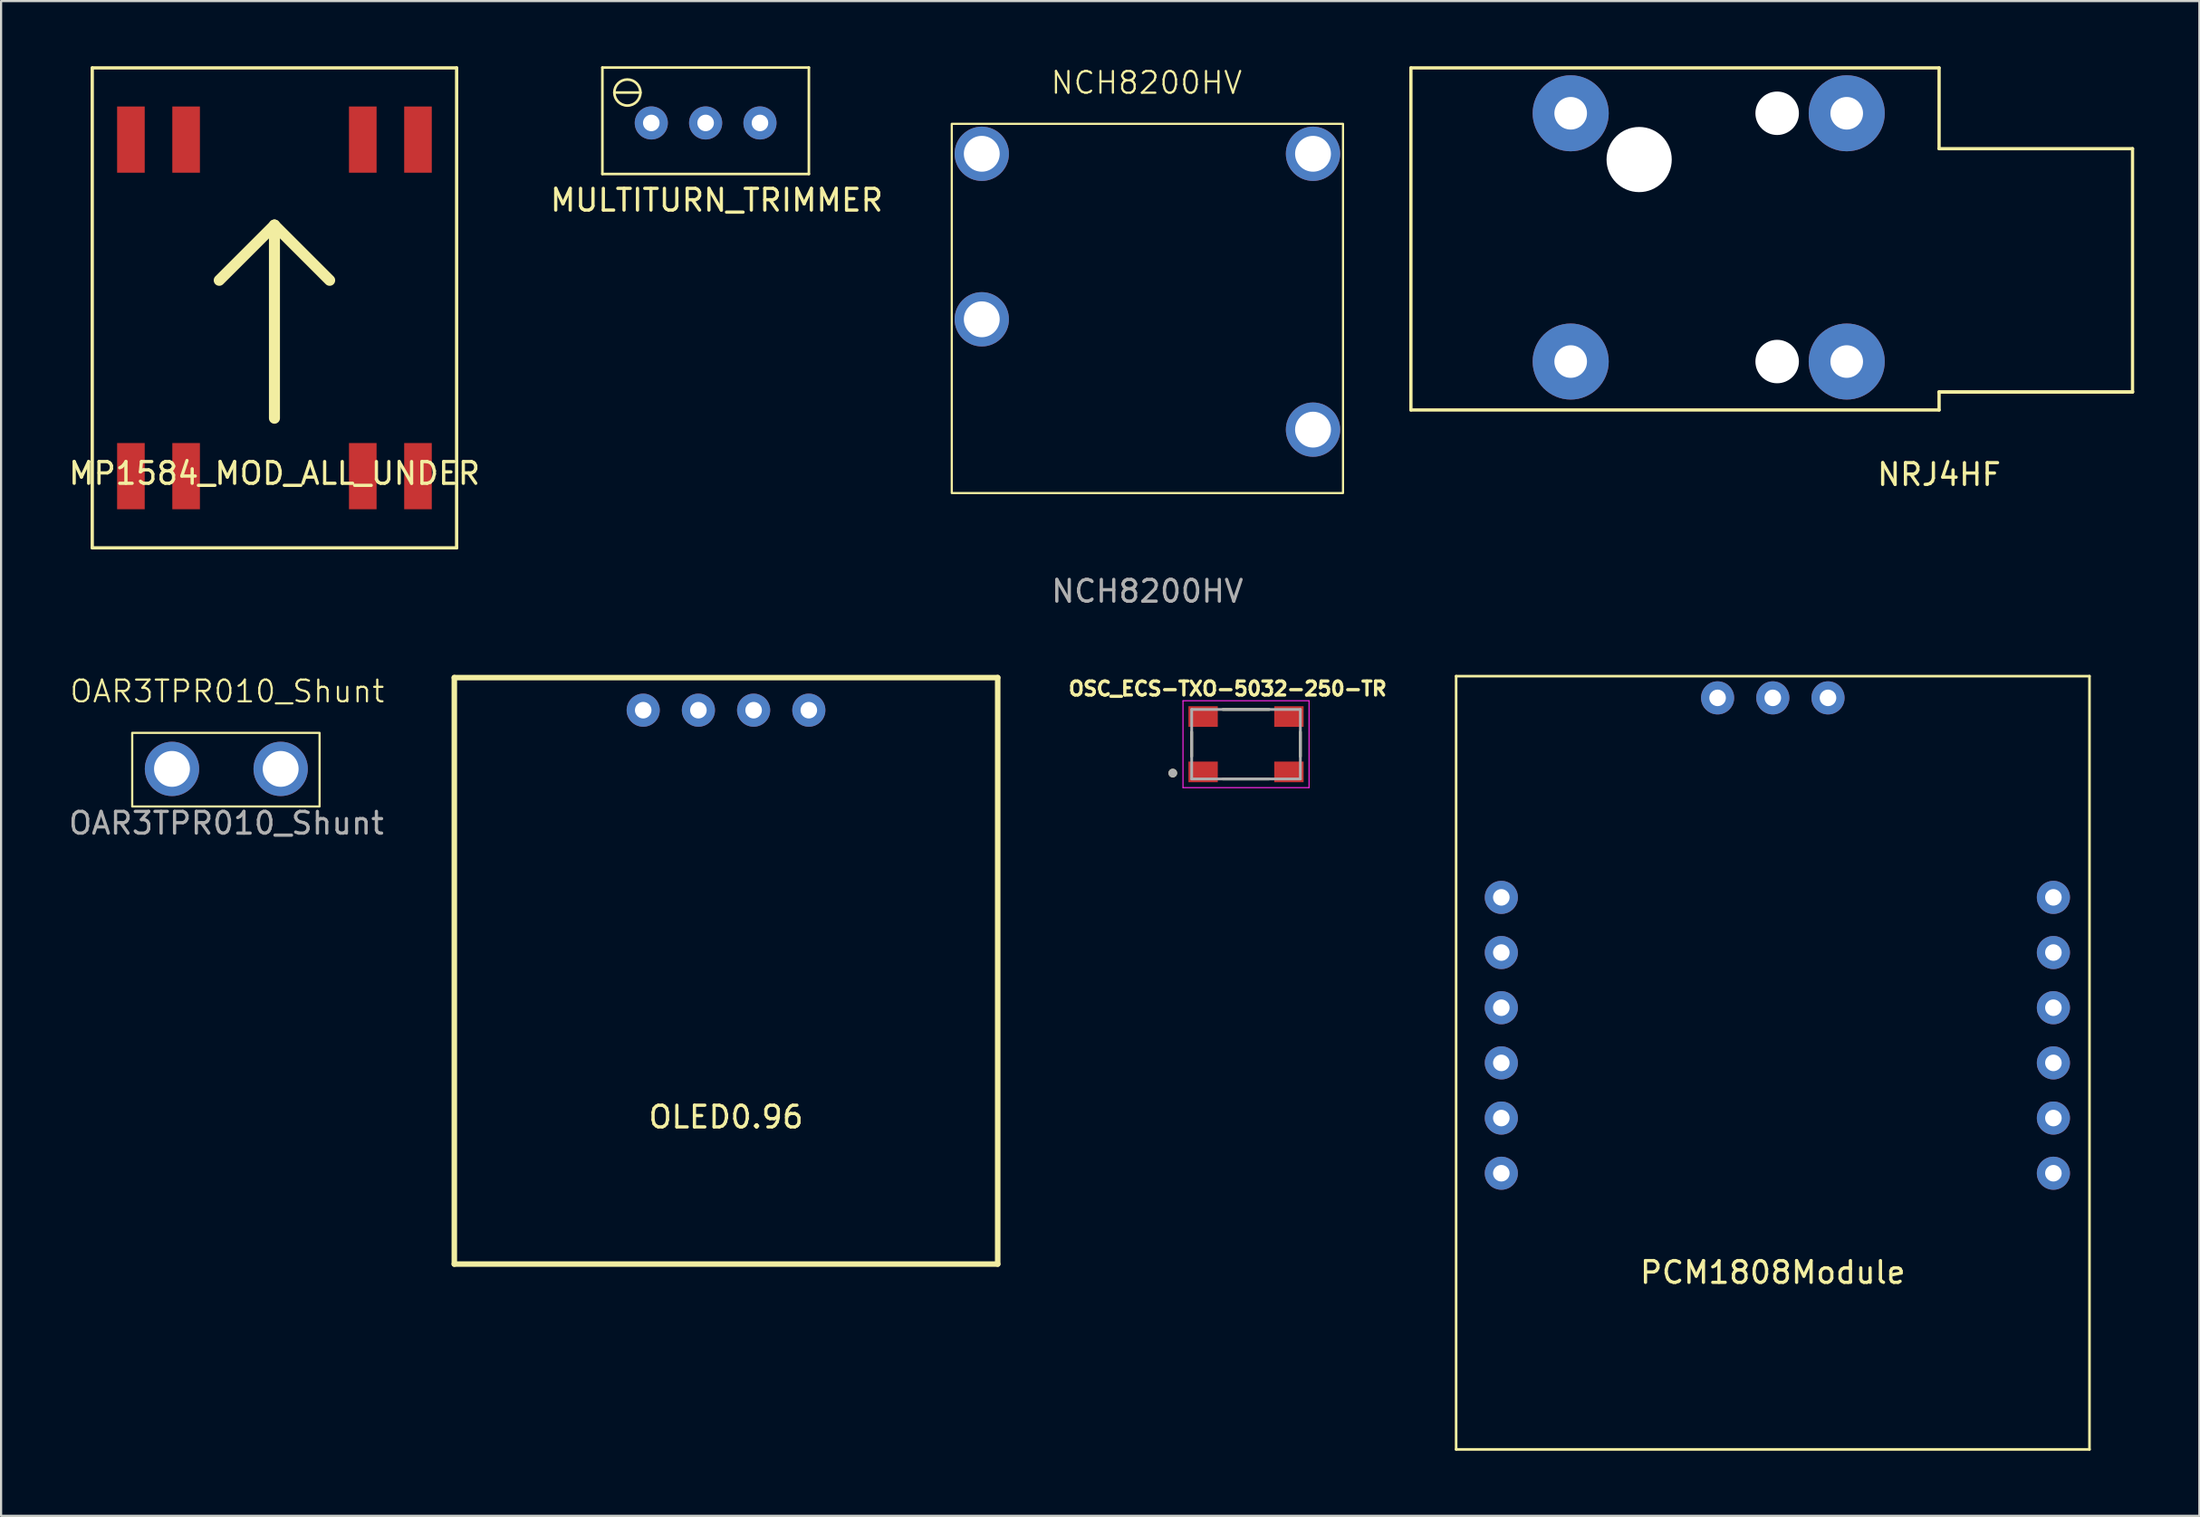
<source format=kicad_pcb>
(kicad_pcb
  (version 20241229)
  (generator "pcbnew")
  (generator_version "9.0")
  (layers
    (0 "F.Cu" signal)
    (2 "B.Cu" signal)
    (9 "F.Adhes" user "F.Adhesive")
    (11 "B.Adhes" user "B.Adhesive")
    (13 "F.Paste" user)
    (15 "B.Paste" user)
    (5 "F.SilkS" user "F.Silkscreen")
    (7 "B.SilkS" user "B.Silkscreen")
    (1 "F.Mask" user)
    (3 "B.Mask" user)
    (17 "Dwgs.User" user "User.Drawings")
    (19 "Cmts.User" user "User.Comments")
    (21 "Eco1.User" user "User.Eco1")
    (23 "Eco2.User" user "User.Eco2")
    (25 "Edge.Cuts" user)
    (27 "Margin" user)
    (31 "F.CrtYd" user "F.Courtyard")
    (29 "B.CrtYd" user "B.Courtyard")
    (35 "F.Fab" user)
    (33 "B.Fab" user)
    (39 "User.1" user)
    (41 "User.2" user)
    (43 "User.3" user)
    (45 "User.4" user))
  (footprint "OAR3TPR010_Shunt"
    (layer "F.Cu")
    (at 7.363 32.349)
    (property "Reference" "OAR3TPR010_Shunt" (at 0.04 -3.57 0) (unlocked yes) (layer "F.SilkS") (effects (font (size 1 1) (thickness 0.1))))
    (attr through_hole)
    (fp_rect (start -4.33 -1.66) (end 4.29 1.73) (stroke (width 0.1) (type default)) (fill no) (layer "F.SilkS"))
    (fp_text user "${REFERENCE}" (at 0 2.5 0) (unlocked yes) (layer "F.Fab") (effects (font (size 1 1) (thickness 0.15))))
    (pad "1" thru_hole circle (at -2.5 0) (size 2.5 2.5) (drill 1.65) (layers "*.Cu" "*.Mask"))
    (pad "2" thru_hole circle (at 2.5 0) (size 2.5 2.5) (drill 1.65) (layers "*.Cu" "*.Mask")))
  (footprint "NRJ4HF"
    (layer "F.Cu")
    (at 86.165 9.395)
    (property "Reference" "NRJ4HF" (at 0 9.4 0) (layer "F.SilkS") (effects (font (size 1 1) (thickness 0.15))))
    (attr through_hole)
    (fp_line (start -24.3 -9.32) (end -24.3 6.43) (stroke (width 0.15) (type solid)) (layer "F.SilkS"))
    (fp_line (start 0 -9.32) (end -24.3 -9.32) (stroke (width 0.15) (type solid)) (layer "F.SilkS"))
    (fp_line (start 0 -5.6) (end 0 -9.32) (stroke (width 0.15) (type solid)) (layer "F.SilkS"))
    (fp_line (start 0 -5.6) (end 8.9 -5.6) (stroke (width 0.15) (type solid)) (layer "F.SilkS"))
    (fp_line (start 0 5.6) (end 0 6.43) (stroke (width 0.15) (type solid)) (layer "F.SilkS"))
    (fp_line (start 0 5.6) (end 8.9 5.6) (stroke (width 0.15) (type solid)) (layer "F.SilkS"))
    (fp_line (start 0 6.43) (end -24.3 6.43) (stroke (width 0.15) (type solid)) (layer "F.SilkS"))
    (fp_line (start 8.9 5.6) (end 0 5.6) (stroke (width 0.15) (type solid)) (layer "F.SilkS"))
    (fp_line (start 8.9 5.6) (end 8.9 -5.6) (stroke (width 0.15) (type solid)) (layer "F.SilkS"))
    (pad "" np_thru_hole circle (at -13.8 -5.1) (size 3 3) (drill 3) (layers "*.Cu" "*.Mask"))
    (pad "" np_thru_hole circle (at -7.45 -7.23) (size 2 2) (drill 2) (layers "*.Cu" "*.Mask"))
    (pad "" np_thru_hole circle (at -7.45 4.2) (size 2 2) (drill 2) (layers "*.Cu" "*.Mask"))
    (pad "1" thru_hole circle (at -4.25 -7.23) (size 3.5 3.5) (drill 1.5) (layers "*.Cu" "*.Mask"))
    (pad "2" thru_hole circle (at -4.25 4.2) (size 3.5 3.5) (drill 1.5) (layers "*.Cu" "*.Mask"))
    (pad "3" thru_hole circle (at -16.95 -7.23) (size 3.5 3.5) (drill 1.5) (layers "*.Cu" "*.Mask"))
    (pad "4" thru_hole circle (at -16.95 4.2) (size 3.5 3.5) (drill 1.5) (layers "*.Cu" "*.Mask")))
  (footprint "PCM1808Module"
    (layer "F.Cu")
    (at 78.514 45.879)
    (property "Reference" "PCM1808Module" (at 0 9.652 0) (layer "F.SilkS") (effects (font (size 1 1) (thickness 0.15))))
    (attr through_hole)
    (fp_line (start -14.57 -17.8) (end 14.57 -17.8) (stroke (width 0.12) (type solid)) (layer "F.SilkS"))
    (fp_line (start -14.57 17.8) (end -14.57 -17.8) (stroke (width 0.12) (type solid)) (layer "F.SilkS"))
    (fp_line (start 14.57 -17.8) (end 14.57 17.8) (stroke (width 0.12) (type solid)) (layer "F.SilkS"))
    (fp_line (start 14.57 17.8) (end -14.57 17.8) (stroke (width 0.12) (type solid)) (layer "F.SilkS"))
    (pad "1" thru_hole circle (at -12.49 5.085) (size 1.524 1.524) (drill 0.762) (layers "*.Cu" "*.Mask"))
    (pad "2" thru_hole circle (at -12.49 2.545) (size 1.524 1.524) (drill 0.762) (layers "*.Cu" "*.Mask"))
    (pad "3" thru_hole circle (at -12.49 0.005) (size 1.524 1.524) (drill 0.762) (layers "*.Cu" "*.Mask"))
    (pad "4" thru_hole circle (at -12.49 -2.535) (size 1.524 1.524) (drill 0.762) (layers "*.Cu" "*.Mask"))
    (pad "5" thru_hole circle (at -12.49 -5.075) (size 1.524 1.524) (drill 0.762) (layers "*.Cu" "*.Mask"))
    (pad "6" thru_hole circle (at -12.49 -7.615) (size 1.524 1.524) (drill 0.762) (layers "*.Cu" "*.Mask"))
    (pad "7" thru_hole circle (at -2.54 -16.8) (size 1.524 1.524) (drill 0.762) (layers "*.Cu" "*.Mask"))
    (pad "8" thru_hole circle (at 0 -16.8) (size 1.524 1.524) (drill 0.762) (layers "*.Cu" "*.Mask"))
    (pad "9" thru_hole circle (at 2.54 -16.8) (size 1.524 1.524) (drill 0.762) (layers "*.Cu" "*.Mask"))
    (pad "10" thru_hole circle (at 12.91 -7.615) (size 1.524 1.524) (drill 0.762) (layers "*.Cu" "*.Mask"))
    (pad "11" thru_hole circle (at 12.91 -5.075) (size 1.524 1.524) (drill 0.762) (layers "*.Cu" "*.Mask"))
    (pad "12" thru_hole circle (at 12.91 -2.535) (size 1.524 1.524) (drill 0.762) (layers "*.Cu" "*.Mask"))
    (pad "13" thru_hole circle (at 12.91 0.005) (size 1.524 1.524) (drill 0.762) (layers "*.Cu" "*.Mask"))
    (pad "14" thru_hole circle (at 12.91 2.545) (size 1.524 1.524) (drill 0.762) (layers "*.Cu" "*.Mask"))
    (pad "15" thru_hole circle (at 12.91 5.085) (size 1.524 1.524) (drill 0.762) (layers "*.Cu" "*.Mask")))
  (footprint "OLED0.96"
    (layer "F.Cu")
    (at 30.353 41.646)
    (property "Reference" "OLED0.96" (at 0 6.731 0) (layer "F.SilkS") (effects (font (size 1 1) (thickness 0.15))))
    (attr through_hole)
    (fp_line (start -12.5 -13.5) (end -12.5 13.5) (stroke (width 0.254) (type solid)) (layer "F.SilkS"))
    (fp_line (start -12.5 -13.5) (end 12.5 -13.5) (stroke (width 0.254) (type solid)) (layer "F.SilkS"))
    (fp_line (start -12.5 13.5) (end 12.5 13.5) (stroke (width 0.254) (type solid)) (layer "F.SilkS"))
    (fp_line (start 12.5 13.5) (end 12.5 -13.5) (stroke (width 0.254) (type solid)) (layer "F.SilkS"))
    (pad "1" thru_hole circle (at -3.81 -12) (size 1.524 1.524) (drill 0.762) (layers "*.Cu" "*.Mask"))
    (pad "2" thru_hole circle (at -1.27 -12) (size 1.524 1.524) (drill 0.762) (layers "*.Cu" "*.Mask"))
    (pad "3" thru_hole circle (at 1.27 -12) (size 1.524 1.524) (drill 0.762) (layers "*.Cu" "*.Mask"))
    (pad "4" thru_hole circle (at 3.81 -12) (size 1.524 1.524) (drill 0.762) (layers "*.Cu" "*.Mask")))
  (footprint "OSC_ECS-TXO-5032-250-TR"
    (layer "F.Cu")
    (at 54.278 31.212)
    (property "Reference" "OSC_ECS-TXO-5032-250-TR" (at -0.846 -2.555 0) (layer "F.SilkS") (effects (font (size 0.641 0.641) (thickness 0.15))))
    (attr smd)
    (fp_line (start -2.5 0.565) (end -2.5 -0.565) (stroke (width 0.127) (type solid)) (layer "F.SilkS"))
    (fp_line (start -1.065 -1.6) (end 1.065 -1.6) (stroke (width 0.127) (type solid)) (layer "F.SilkS"))
    (fp_line (start -1.065 1.6) (end 1.065 1.6) (stroke (width 0.127) (type solid)) (layer "F.SilkS"))
    (fp_line (start 2.5 0.565) (end 2.5 -0.565) (stroke (width 0.127) (type solid)) (layer "F.SilkS"))
    (fp_circle (center -3.37 1.33) (end -3.27 1.33) (stroke (width 0.2) (type solid)) (fill no) (layer "F.SilkS"))
    (fp_line (start -2.9 -2) (end -2.9 2) (stroke (width 0.05) (type solid)) (layer "F.CrtYd"))
    (fp_line (start -2.9 2) (end 2.9 2) (stroke (width 0.05) (type solid)) (layer "F.CrtYd"))
    (fp_line (start 2.9 -2) (end -2.9 -2) (stroke (width 0.05) (type solid)) (layer "F.CrtYd"))
    (fp_line (start 2.9 2) (end 2.9 -2) (stroke (width 0.05) (type solid)) (layer "F.CrtYd"))
    (fp_line (start -2.5 -1.6) (end -2.5 1.6) (stroke (width 0.127) (type solid)) (layer "F.Fab"))
    (fp_line (start -2.5 1.6) (end 2.5 1.6) (stroke (width 0.127) (type solid)) (layer "F.Fab"))
    (fp_line (start 2.5 -1.6) (end -2.5 -1.6) (stroke (width 0.127) (type solid)) (layer "F.Fab"))
    (fp_line (start 2.5 1.6) (end 2.5 -1.6) (stroke (width 0.127) (type solid)) (layer "F.Fab"))
    (fp_circle (center -3.37 1.33) (end -3.27 1.33) (stroke (width 0.2) (type solid)) (fill no) (layer "F.Fab"))
    (pad "1" smd rect (at -1.975 1.275 270) (size 0.95 1.35) (layers "F.Cu" "F.Mask" "F.Paste"))
    (pad "2" smd rect (at 1.975 1.275 270) (size 0.95 1.35) (layers "F.Cu" "F.Mask" "F.Paste"))
    (pad "3" smd rect (at 1.975 -1.275 270) (size 0.95 1.35) (layers "F.Cu" "F.Mask" "F.Paste"))
    (pad "4" smd rect (at -1.975 -1.275 270) (size 0.95 1.35) (layers "F.Cu" "F.Mask" "F.Paste")))
  (footprint "NCH8200HV"
    (layer "F.Cu")
    (at 49.74 11.15)
    (property "Reference" "NCH8200HV" (at -0.04 -10.39 0) (unlocked yes) (layer "F.SilkS") (effects (font (size 1 1) (thickness 0.1))))
    (attr through_hole)
    (fp_rect (start -9 -8.5) (end 9 8.5) (stroke (width 0.1) (type default)) (fill no) (layer "F.SilkS"))
    (fp_text user "${REFERENCE}" (at 0 13.02 0) (unlocked yes) (layer "F.Fab") (effects (font (size 1 1) (thickness 0.15))))
    (pad "1" thru_hole circle (at -7.62 -7.12) (size 2.5 2.5) (drill 1.65) (layers "*.Cu" "*.Mask"))
    (pad "2" thru_hole circle (at -7.62 0.5) (size 2.5 2.5) (drill 1.65) (layers "*.Cu" "*.Mask"))
    (pad "3" thru_hole circle (at 7.62 -7.12) (size 2.5 2.5) (drill 1.65) (layers "*.Cu" "*.Mask"))
    (pad "4" thru_hole circle (at 7.62 5.58) (size 2.5 2.5) (drill 1.65) (layers "*.Cu" "*.Mask")))
  (footprint "MP1584_MOD_ALL_UNDER"
    (layer "F.Cu")
    (at 9.577 11.124)
    (property "Reference" "MP1584_MOD_ALL_UNDER" (at 0 7.62 0) (layer "F.SilkS") (effects (font (size 1 1) (thickness 0.15))))
    (attr through_hole)
    (fp_line (start -8.382 -11.049) (end -8.382 11.049) (stroke (width 0.15) (type solid)) (layer "F.SilkS"))
    (fp_line (start -8.382 11.049) (end 8.382 11.049) (stroke (width 0.15) (type solid)) (layer "F.SilkS"))
    (fp_line (start 0 -3.81) (end -2.54 -1.27) (stroke (width 0.508) (type solid)) (layer "F.SilkS"))
    (fp_line (start 0 -3.81) (end 2.54 -1.27) (stroke (width 0.508) (type solid)) (layer "F.SilkS"))
    (fp_line (start 0 5.08) (end 0 -3.81) (stroke (width 0.508) (type solid)) (layer "F.SilkS"))
    (fp_line (start 8.382 -11.049) (end -8.382 -11.049) (stroke (width 0.15) (type solid)) (layer "F.SilkS"))
    (fp_line (start 8.382 11.049) (end 8.382 -11.049) (stroke (width 0.15) (type solid)) (layer "F.SilkS"))
    (pad "1" smd rect (at -6.604 -7.747) (size 1.27 3.048) (layers "F.Cu" "F.Mask" "F.Paste"))
    (pad "2" smd rect (at -4.064 -7.747) (size 1.27 3.048) (layers "F.Cu" "F.Mask" "F.Paste"))
    (pad "3" smd rect (at 4.064 -7.747) (size 1.27 3.048) (layers "F.Cu" "F.Mask" "F.Paste"))
    (pad "4" smd rect (at 6.604 -7.747) (size 1.27 3.048) (layers "F.Cu" "F.Mask" "F.Paste"))
    (pad "5" smd rect (at -6.604 7.747) (size 1.27 3.048) (layers "F.Cu" "F.Mask" "F.Paste"))
    (pad "6" smd rect (at -4.064 7.747) (size 1.27 3.048) (layers "F.Cu" "F.Mask" "F.Paste"))
    (pad "7" smd rect (at 4.064 7.747) (size 1.27 3.048) (layers "F.Cu" "F.Mask" "F.Paste"))
    (pad "8" smd rect (at 6.604 7.747) (size 1.27 3.048) (layers "F.Cu" "F.Mask" "F.Paste")))
  (footprint "MULTITURN_TRIMMER"
    (layer "F.Cu")
    (at 29.415 2.61)
    (property "Reference" "MULTITURN_TRIMMER" (at 0.508 3.556 0) (layer "F.SilkS") (effects (font (size 1 1) (thickness 0.15))))
    (attr through_hole)
    (fp_line (start -4.75 -2.55) (end 4.75 -2.55) (stroke (width 0.12) (type solid)) (layer "F.SilkS"))
    (fp_line (start -4.75 2.35) (end -4.75 -2.55) (stroke (width 0.12) (type solid)) (layer "F.SilkS"))
    (fp_line (start -4.2 -1.4) (end -3 -1.4) (stroke (width 0.12) (type solid)) (layer "F.SilkS"))
    (fp_line (start 4.75 -2.55) (end 4.75 2.35) (stroke (width 0.12) (type solid)) (layer "F.SilkS"))
    (fp_line (start 4.75 2.35) (end -4.75 2.35) (stroke (width 0.12) (type solid)) (layer "F.SilkS"))
    (fp_circle (center -3.6 -1.4) (end -3 -1.4) (stroke (width 0.12) (type solid)) (fill no) (layer "F.SilkS"))
    (pad "1" thru_hole circle (at -2.5 0) (size 1.524 1.524) (drill 0.762) (layers "*.Cu" "*.Mask"))
    (pad "2" thru_hole circle (at 0 0) (size 1.524 1.524) (drill 0.762) (layers "*.Cu" "*.Mask"))
    (pad "3" thru_hole circle (at 2.5 0) (size 1.524 1.524) (drill 0.762) (layers "*.Cu" "*.Mask")))
  (gr_rect
    (start -3 -3)
    (end 98.14 66.739)
    (stroke (width 0.1) (type default))
    (fill no)
    (layer "Edge.Cuts")))
</source>
